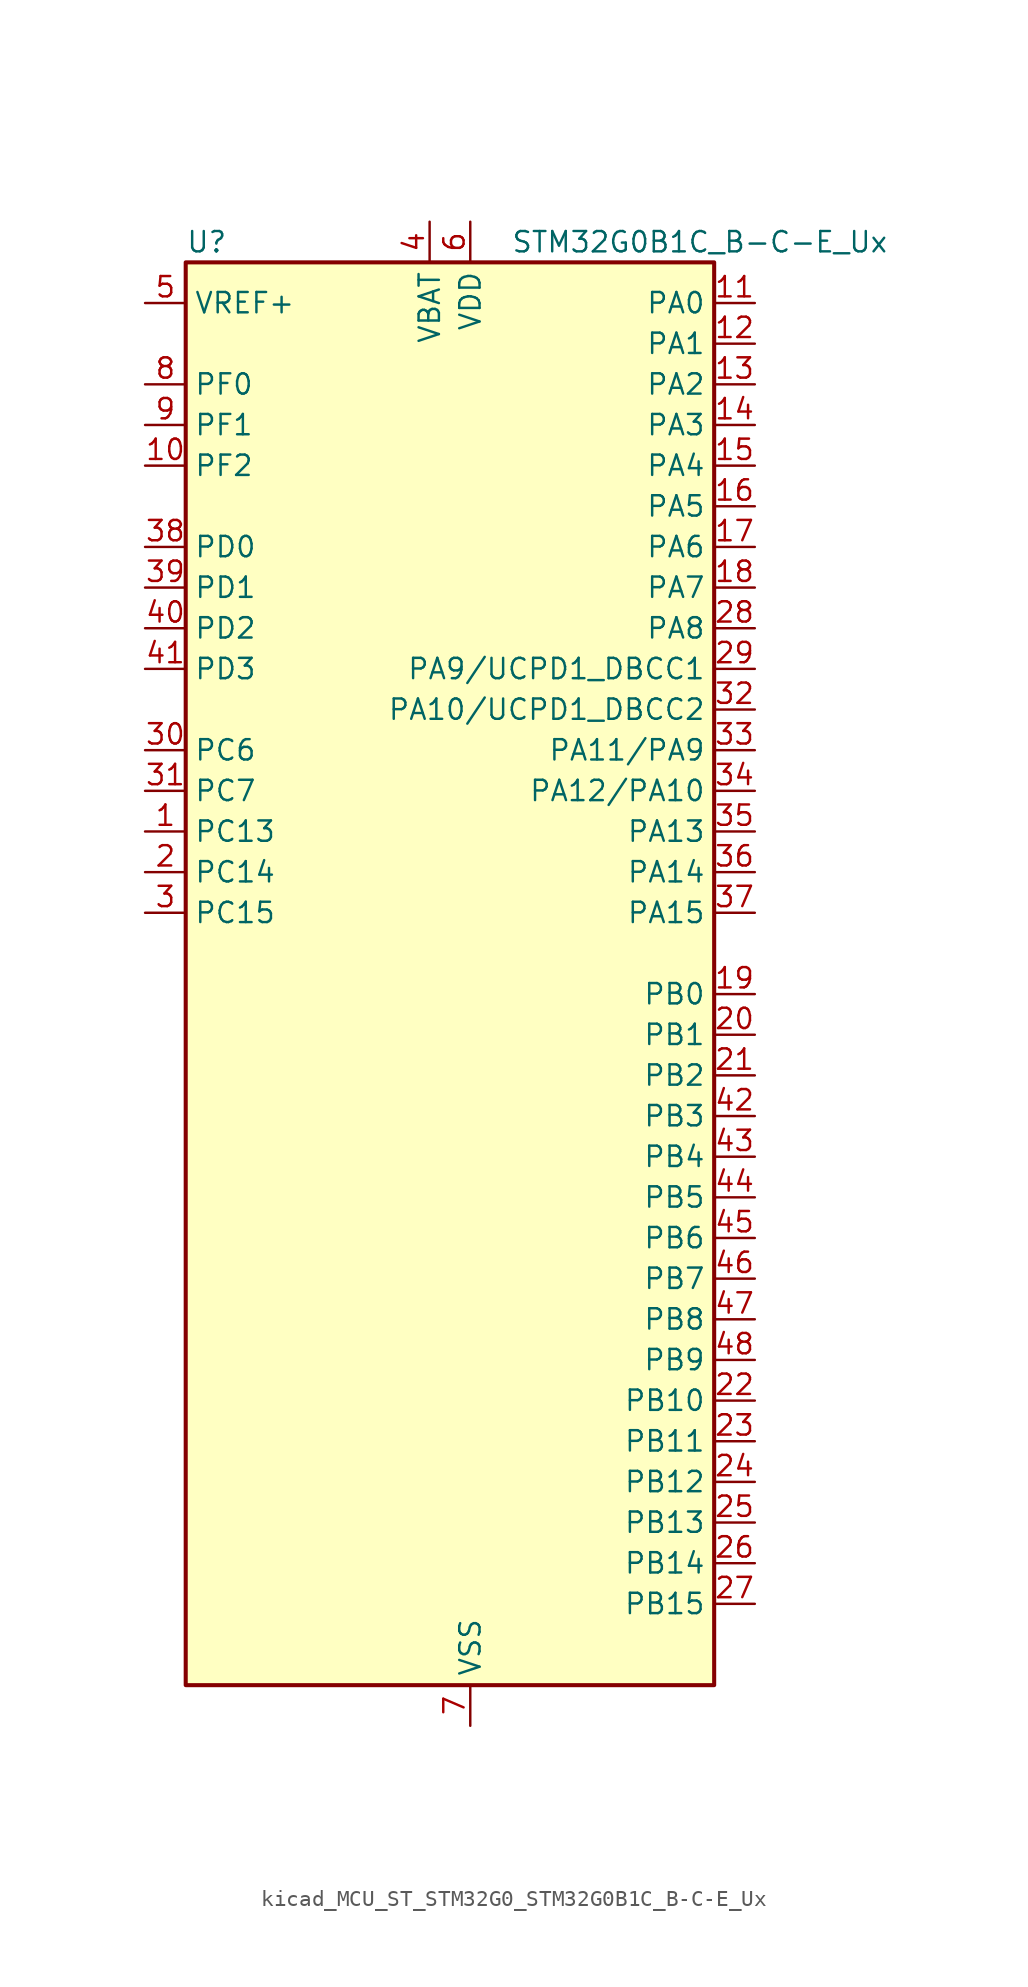
<source format=kicad_sym>
(kicad_symbol_lib
  (version 20220914)
  (generator kicad_symbol_editor)
  (symbol "kicad_MCU_ST_STM32G0_STM32G0B1C_B-C-E_Ux"
    (property "Reference" "U"
      (at -15.24 46.99 0)
      (effects (font (size 1.27 1.27)) (justify left)))
    (property "Value" "STM32G0B1C_B-C-E_Ux"
      (at 5.08 46.99 0)
      (effects (font (size 1.27 1.27)) (justify left)))
    (property "ki_locked" ""
      (at 0 0 0)
      (effects (font (size 1.27 1.27))))
    (symbol "kicad_MCU_ST_STM32G0_STM32G0B1C_B-C-E_Ux_0_1"
      (rectangle (start -15.24 -43.18) (end 17.78 45.72) (stroke (width 0.254) (type default)) (fill (type background))))
    (symbol "kicad_MCU_ST_STM32G0_STM32G0B1C_B-C-E_Ux_1_1"
      (pin bidirectional line (at -17.78 10.16 0) (length 2.54) (name "PC13" (effects (font (size 1.27 1.27)))) (number "1" (effects (font (size 1.27 1.27)))) (alternate "RTC_OUT1" bidirectional line) (alternate "RTC_TAMP_IN1" bidirectional line) (alternate "RTC_TS" bidirectional line) (alternate "SYS_WKUP2" bidirectional line) (alternate "TIM1_BK" bidirectional line))
      (pin bidirectional line (at -17.78 33.02 0) (length 2.54) (name "PF2" (effects (font (size 1.27 1.27)))) (number "10" (effects (font (size 1.27 1.27)))) (alternate "LPUART2_DE" bidirectional line) (alternate "LPUART2_RTS" bidirectional line) (alternate "LPUART2_TX" bidirectional line) (alternate "RCC_MCO" bidirectional line))
      (pin bidirectional line (at 20.32 43.18 180) (length 2.54) (name "PA0" (effects (font (size 1.27 1.27)))) (number "11" (effects (font (size 1.27 1.27)))) (alternate "ADC1_IN0" bidirectional line) (alternate "COMP1_INM" bidirectional line) (alternate "COMP1_OUT" bidirectional line) (alternate "I2S2_CK" bidirectional line) (alternate "LPTIM1_OUT" bidirectional line) (alternate "RTC_TAMP_IN2" bidirectional line) (alternate "SPI2_SCK" bidirectional line) (alternate "SYS_WKUP1" bidirectional line) (alternate "TIM2_CH1" bidirectional line) (alternate "TIM2_ETR" bidirectional line) (alternate "UCPD2_FRSTX1" bidirectional line) (alternate "UCPD2_FRSTX2" bidirectional line) (alternate "USART2_CTS" bidirectional line) (alternate "USART2_NSS" bidirectional line) (alternate "USART4_TX" bidirectional line))
      (pin bidirectional line (at 20.32 40.64 180) (length 2.54) (name "PA1" (effects (font (size 1.27 1.27)))) (number "12" (effects (font (size 1.27 1.27)))) (alternate "ADC1_IN1" bidirectional line) (alternate "COMP1_INP" bidirectional line) (alternate "I2C1_SMBA" bidirectional line) (alternate "I2S1_CK" bidirectional line) (alternate "SPI1_SCK" bidirectional line) (alternate "TIM15_CH1N" bidirectional line) (alternate "TIM2_CH2" bidirectional line) (alternate "USART2_CK" bidirectional line) (alternate "USART2_DE" bidirectional line) (alternate "USART2_RTS" bidirectional line) (alternate "USART4_RX" bidirectional line))
      (pin bidirectional line (at 20.32 38.1 180) (length 2.54) (name "PA2" (effects (font (size 1.27 1.27)))) (number "13" (effects (font (size 1.27 1.27)))) (alternate "ADC1_IN2" bidirectional line) (alternate "COMP2_INM" bidirectional line) (alternate "COMP2_OUT" bidirectional line) (alternate "I2S1_SD" bidirectional line) (alternate "LPUART1_TX" bidirectional line) (alternate "RCC_LSCO" bidirectional line) (alternate "SPI1_MOSI" bidirectional line) (alternate "SYS_WKUP4" bidirectional line) (alternate "TIM15_CH1" bidirectional line) (alternate "TIM2_CH3" bidirectional line) (alternate "UCPD1_FRSTX1" bidirectional line) (alternate "UCPD1_FRSTX2" bidirectional line) (alternate "USART2_TX" bidirectional line))
      (pin bidirectional line (at 20.32 35.56 180) (length 2.54) (name "PA3" (effects (font (size 1.27 1.27)))) (number "14" (effects (font (size 1.27 1.27)))) (alternate "ADC1_IN3" bidirectional line) (alternate "COMP2_INP" bidirectional line) (alternate "I2S2_MCK" bidirectional line) (alternate "LPUART1_RX" bidirectional line) (alternate "SPI2_MISO" bidirectional line) (alternate "TIM15_CH2" bidirectional line) (alternate "TIM2_CH4" bidirectional line) (alternate "UCPD2_FRSTX1" bidirectional line) (alternate "UCPD2_FRSTX2" bidirectional line) (alternate "USART2_RX" bidirectional line))
      (pin bidirectional line (at 20.32 33.02 180) (length 2.54) (name "PA4" (effects (font (size 1.27 1.27)))) (number "15" (effects (font (size 1.27 1.27)))) (alternate "ADC1_IN4" bidirectional line) (alternate "DAC1_OUT1" bidirectional line) (alternate "I2S1_WS" bidirectional line) (alternate "I2S2_SD" bidirectional line) (alternate "LPTIM2_OUT" bidirectional line) (alternate "RTC_OUT2" bidirectional line) (alternate "SPI1_NSS" bidirectional line) (alternate "SPI2_MOSI" bidirectional line) (alternate "SPI3_NSS" bidirectional line) (alternate "TIM14_CH1" bidirectional line) (alternate "UCPD2_FRSTX1" bidirectional line) (alternate "UCPD2_FRSTX2" bidirectional line) (alternate "USART6_TX" bidirectional line) (alternate "USB_NOE" bidirectional line))
      (pin bidirectional line (at 20.32 30.48 180) (length 2.54) (name "PA5" (effects (font (size 1.27 1.27)))) (number "16" (effects (font (size 1.27 1.27)))) (alternate "ADC1_IN5" bidirectional line) (alternate "CEC" bidirectional line) (alternate "DAC1_OUT2" bidirectional line) (alternate "I2S1_CK" bidirectional line) (alternate "LPTIM2_ETR" bidirectional line) (alternate "SPI1_SCK" bidirectional line) (alternate "TIM2_CH1" bidirectional line) (alternate "TIM2_ETR" bidirectional line) (alternate "UCPD1_FRSTX1" bidirectional line) (alternate "UCPD1_FRSTX2" bidirectional line) (alternate "USART3_TX" bidirectional line) (alternate "USART6_RX" bidirectional line))
      (pin bidirectional line (at 20.32 27.94 180) (length 2.54) (name "PA6" (effects (font (size 1.27 1.27)))) (number "17" (effects (font (size 1.27 1.27)))) (alternate "ADC1_IN6" bidirectional line) (alternate "COMP1_OUT" bidirectional line) (alternate "I2C2_SDA" bidirectional line) (alternate "I2C3_SDA" bidirectional line) (alternate "I2S1_MCK" bidirectional line) (alternate "LPUART1_CTS" bidirectional line) (alternate "SPI1_MISO" bidirectional line) (alternate "TIM16_CH1" bidirectional line) (alternate "TIM1_BK" bidirectional line) (alternate "TIM3_CH1" bidirectional line) (alternate "USART3_CTS" bidirectional line) (alternate "USART3_NSS" bidirectional line) (alternate "USART6_CTS" bidirectional line) (alternate "USART6_NSS" bidirectional line))
      (pin bidirectional line (at 20.32 25.4 180) (length 2.54) (name "PA7" (effects (font (size 1.27 1.27)))) (number "18" (effects (font (size 1.27 1.27)))) (alternate "ADC1_IN7" bidirectional line) (alternate "COMP2_OUT" bidirectional line) (alternate "I2C2_SCL" bidirectional line) (alternate "I2C3_SCL" bidirectional line) (alternate "I2S1_SD" bidirectional line) (alternate "SPI1_MOSI" bidirectional line) (alternate "TIM14_CH1" bidirectional line) (alternate "TIM17_CH1" bidirectional line) (alternate "TIM1_CH1N" bidirectional line) (alternate "TIM3_CH2" bidirectional line) (alternate "UCPD1_FRSTX1" bidirectional line) (alternate "UCPD1_FRSTX2" bidirectional line) (alternate "USART6_CK" bidirectional line) (alternate "USART6_DE" bidirectional line) (alternate "USART6_RTS" bidirectional line))
      (pin bidirectional line (at 20.32 0 180) (length 2.54) (name "PB0" (effects (font (size 1.27 1.27)))) (number "19" (effects (font (size 1.27 1.27)))) (alternate "ADC1_IN8" bidirectional line) (alternate "COMP1_OUT" bidirectional line) (alternate "COMP3_INP" bidirectional line) (alternate "FDCAN2_RX" bidirectional line) (alternate "I2S1_WS" bidirectional line) (alternate "LPTIM1_OUT" bidirectional line) (alternate "LPUART2_CTS" bidirectional line) (alternate "SPI1_NSS" bidirectional line) (alternate "TIM1_CH2N" bidirectional line) (alternate "TIM3_CH3" bidirectional line) (alternate "UCPD1_FRSTX1" bidirectional line) (alternate "UCPD1_FRSTX2" bidirectional line) (alternate "USART3_RX" bidirectional line) (alternate "USART5_TX" bidirectional line))
      (pin bidirectional line (at -17.78 7.62 0) (length 2.54) (name "PC14" (effects (font (size 1.27 1.27)))) (number "2" (effects (font (size 1.27 1.27)))) (alternate "RCC_OSC32_IN" bidirectional line) (alternate "TIM1_BK2" bidirectional line))
      (pin bidirectional line (at 20.32 -2.54 180) (length 2.54) (name "PB1" (effects (font (size 1.27 1.27)))) (number "20" (effects (font (size 1.27 1.27)))) (alternate "ADC1_IN9" bidirectional line) (alternate "COMP1_INM" bidirectional line) (alternate "COMP3_OUT" bidirectional line) (alternate "FDCAN2_TX" bidirectional line) (alternate "LPTIM2_IN1" bidirectional line) (alternate "LPUART1_DE" bidirectional line) (alternate "LPUART1_RTS" bidirectional line) (alternate "LPUART2_DE" bidirectional line) (alternate "LPUART2_RTS" bidirectional line) (alternate "TIM14_CH1" bidirectional line) (alternate "TIM1_CH3N" bidirectional line) (alternate "TIM3_CH4" bidirectional line) (alternate "USART3_CK" bidirectional line) (alternate "USART3_DE" bidirectional line) (alternate "USART3_RTS" bidirectional line) (alternate "USART5_RX" bidirectional line))
      (pin bidirectional line (at 20.32 -5.08 180) (length 2.54) (name "PB2" (effects (font (size 1.27 1.27)))) (number "21" (effects (font (size 1.27 1.27)))) (alternate "ADC1_IN10" bidirectional line) (alternate "COMP1_INP" bidirectional line) (alternate "COMP3_INM" bidirectional line) (alternate "I2S2_MCK" bidirectional line) (alternate "LPTIM1_OUT" bidirectional line) (alternate "RCC_MCO_2" bidirectional line) (alternate "SPI2_MISO" bidirectional line) (alternate "USART3_TX" bidirectional line))
      (pin bidirectional line (at 20.32 -25.4 180) (length 2.54) (name "PB10" (effects (font (size 1.27 1.27)))) (number "22" (effects (font (size 1.27 1.27)))) (alternate "ADC1_IN11" bidirectional line) (alternate "CEC" bidirectional line) (alternate "COMP1_OUT" bidirectional line) (alternate "I2C2_SCL" bidirectional line) (alternate "I2S2_CK" bidirectional line) (alternate "LPUART1_RX" bidirectional line) (alternate "SPI2_SCK" bidirectional line) (alternate "TIM2_CH3" bidirectional line) (alternate "USART3_TX" bidirectional line))
      (pin bidirectional line (at 20.32 -27.94 180) (length 2.54) (name "PB11" (effects (font (size 1.27 1.27)))) (number "23" (effects (font (size 1.27 1.27)))) (alternate "ADC1_EXTI11" bidirectional line) (alternate "ADC1_IN15" bidirectional line) (alternate "COMP2_OUT" bidirectional line) (alternate "I2C2_SDA" bidirectional line) (alternate "I2S2_SD" bidirectional line) (alternate "LPUART1_TX" bidirectional line) (alternate "SPI2_MOSI" bidirectional line) (alternate "TIM2_CH4" bidirectional line) (alternate "USART3_RX" bidirectional line))
      (pin bidirectional line (at 20.32 -30.48 180) (length 2.54) (name "PB12" (effects (font (size 1.27 1.27)))) (number "24" (effects (font (size 1.27 1.27)))) (alternate "ADC1_IN16" bidirectional line) (alternate "FDCAN2_RX" bidirectional line) (alternate "I2C2_SMBA" bidirectional line) (alternate "I2S2_WS" bidirectional line) (alternate "LPUART1_DE" bidirectional line) (alternate "LPUART1_RTS" bidirectional line) (alternate "SPI2_NSS" bidirectional line) (alternate "TIM15_BK" bidirectional line) (alternate "TIM1_BK" bidirectional line) (alternate "UCPD2_FRSTX1" bidirectional line) (alternate "UCPD2_FRSTX2" bidirectional line))
      (pin bidirectional line (at 20.32 -33.02 180) (length 2.54) (name "PB13" (effects (font (size 1.27 1.27)))) (number "25" (effects (font (size 1.27 1.27)))) (alternate "FDCAN2_TX" bidirectional line) (alternate "I2C2_SCL" bidirectional line) (alternate "I2S2_CK" bidirectional line) (alternate "LPUART1_CTS" bidirectional line) (alternate "SPI2_SCK" bidirectional line) (alternate "TIM15_CH1N" bidirectional line) (alternate "TIM1_CH1N" bidirectional line) (alternate "USART3_CTS" bidirectional line) (alternate "USART3_NSS" bidirectional line))
      (pin bidirectional line (at 20.32 -35.56 180) (length 2.54) (name "PB14" (effects (font (size 1.27 1.27)))) (number "26" (effects (font (size 1.27 1.27)))) (alternate "I2C2_SDA" bidirectional line) (alternate "I2S2_MCK" bidirectional line) (alternate "SPI2_MISO" bidirectional line) (alternate "TIM15_CH1" bidirectional line) (alternate "TIM1_CH2N" bidirectional line) (alternate "UCPD1_FRSTX1" bidirectional line) (alternate "UCPD1_FRSTX2" bidirectional line) (alternate "USART3_CK" bidirectional line) (alternate "USART3_DE" bidirectional line) (alternate "USART3_RTS" bidirectional line) (alternate "USART6_CK" bidirectional line) (alternate "USART6_DE" bidirectional line) (alternate "USART6_RTS" bidirectional line))
      (pin bidirectional line (at 20.32 -38.1 180) (length 2.54) (name "PB15" (effects (font (size 1.27 1.27)))) (number "27" (effects (font (size 1.27 1.27)))) (alternate "I2S2_SD" bidirectional line) (alternate "RTC_REFIN" bidirectional line) (alternate "SPI2_MOSI" bidirectional line) (alternate "TIM15_CH1N" bidirectional line) (alternate "TIM15_CH2" bidirectional line) (alternate "TIM1_CH3N" bidirectional line) (alternate "UCPD1_CC2" bidirectional line) (alternate "USART6_CTS" bidirectional line) (alternate "USART6_NSS" bidirectional line))
      (pin bidirectional line (at 20.32 22.86 180) (length 2.54) (name "PA8" (effects (font (size 1.27 1.27)))) (number "28" (effects (font (size 1.27 1.27)))) (alternate "CRS1_SYNC" bidirectional line) (alternate "I2C2_SMBA" bidirectional line) (alternate "I2S2_WS" bidirectional line) (alternate "LPTIM2_OUT" bidirectional line) (alternate "RCC_MCO" bidirectional line) (alternate "SPI2_NSS" bidirectional line) (alternate "TIM1_CH1" bidirectional line) (alternate "UCPD1_CC1" bidirectional line))
      (pin bidirectional line (at 20.32 20.32 180) (length 2.54) (name "PA9/UCPD1_DBCC1" (effects (font (size 1.27 1.27)))) (number "29" (effects (font (size 1.27 1.27)))) (alternate "DAC1_EXTI9" bidirectional line) (alternate "I2C1_SCL" bidirectional line) (alternate "I2C2_SCL" bidirectional line) (alternate "I2S2_MCK" bidirectional line) (alternate "RCC_MCO" bidirectional line) (alternate "SPI2_MISO" bidirectional line) (alternate "TIM15_BK" bidirectional line) (alternate "TIM1_CH2" bidirectional line) (alternate "UCPD1_DBCC1" bidirectional line) (alternate "USART1_TX" bidirectional line))
      (pin bidirectional line (at -17.78 5.08 0) (length 2.54) (name "PC15" (effects (font (size 1.27 1.27)))) (number "3" (effects (font (size 1.27 1.27)))) (alternate "RCC_OSC32_EN" bidirectional line) (alternate "RCC_OSC32_OUT" bidirectional line) (alternate "RCC_OSC_EN" bidirectional line) (alternate "TIM15_BK" bidirectional line))
      (pin bidirectional line (at -17.78 15.24 0) (length 2.54) (name "PC6" (effects (font (size 1.27 1.27)))) (number "30" (effects (font (size 1.27 1.27)))) (alternate "LPUART2_TX" bidirectional line) (alternate "TIM2_CH3" bidirectional line) (alternate "TIM3_CH1" bidirectional line) (alternate "UCPD1_FRSTX1" bidirectional line) (alternate "UCPD1_FRSTX2" bidirectional line))
      (pin bidirectional line (at -17.78 12.7 0) (length 2.54) (name "PC7" (effects (font (size 1.27 1.27)))) (number "31" (effects (font (size 1.27 1.27)))) (alternate "LPUART2_RX" bidirectional line) (alternate "TIM2_CH4" bidirectional line) (alternate "TIM3_CH2" bidirectional line) (alternate "UCPD2_FRSTX1" bidirectional line) (alternate "UCPD2_FRSTX2" bidirectional line))
      (pin bidirectional line (at 20.32 17.78 180) (length 2.54) (name "PA10/UCPD1_DBCC2" (effects (font (size 1.27 1.27)))) (number "32" (effects (font (size 1.27 1.27)))) (alternate "I2C1_SDA" bidirectional line) (alternate "I2C2_SDA" bidirectional line) (alternate "I2S2_SD" bidirectional line) (alternate "RCC_MCO_2" bidirectional line) (alternate "SPI2_MOSI" bidirectional line) (alternate "TIM17_BK" bidirectional line) (alternate "TIM1_CH3" bidirectional line) (alternate "UCPD1_DBCC2" bidirectional line) (alternate "USART1_RX" bidirectional line))
      (pin bidirectional line (at 20.32 15.24 180) (length 2.54) (name "PA11/PA9" (effects (font (size 1.27 1.27)))) (number "33" (effects (font (size 1.27 1.27)))) (alternate "ADC1_EXTI11" bidirectional line) (alternate "COMP1_OUT" bidirectional line) (alternate "FDCAN1_RX" bidirectional line) (alternate "I2C2_SCL" bidirectional line) (alternate "I2S1_MCK" bidirectional line) (alternate "SPI1_MISO" bidirectional line) (alternate "TIM1_BK2" bidirectional line) (alternate "TIM1_CH4" bidirectional line) (alternate "USART1_CTS" bidirectional line) (alternate "USART1_NSS" bidirectional line) (alternate "USB_DM" bidirectional line))
      (pin bidirectional line (at 20.32 12.7 180) (length 2.54) (name "PA12/PA10" (effects (font (size 1.27 1.27)))) (number "34" (effects (font (size 1.27 1.27)))) (alternate "COMP2_OUT" bidirectional line) (alternate "FDCAN1_TX" bidirectional line) (alternate "I2C2_SDA" bidirectional line) (alternate "I2S1_SD" bidirectional line) (alternate "I2S_CKIN" bidirectional line) (alternate "SPI1_MOSI" bidirectional line) (alternate "TIM1_ETR" bidirectional line) (alternate "USART1_CK" bidirectional line) (alternate "USART1_DE" bidirectional line) (alternate "USART1_RTS" bidirectional line) (alternate "USB_DP" bidirectional line))
      (pin bidirectional line (at 20.32 10.16 180) (length 2.54) (name "PA13" (effects (font (size 1.27 1.27)))) (number "35" (effects (font (size 1.27 1.27)))) (alternate "IR_OUT" bidirectional line) (alternate "LPUART2_RX" bidirectional line) (alternate "SYS_SWDIO" bidirectional line) (alternate "USB_NOE" bidirectional line))
      (pin bidirectional line (at 20.32 7.62 180) (length 2.54) (name "PA14" (effects (font (size 1.27 1.27)))) (number "36" (effects (font (size 1.27 1.27)))) (alternate "LPUART2_TX" bidirectional line) (alternate "SYS_SWCLK" bidirectional line) (alternate "USART2_TX" bidirectional line))
      (pin bidirectional line (at 20.32 5.08 180) (length 2.54) (name "PA15" (effects (font (size 1.27 1.27)))) (number "37" (effects (font (size 1.27 1.27)))) (alternate "I2C2_SMBA" bidirectional line) (alternate "I2S1_WS" bidirectional line) (alternate "RCC_MCO_2" bidirectional line) (alternate "SPI1_NSS" bidirectional line) (alternate "SPI3_NSS" bidirectional line) (alternate "TIM2_CH1" bidirectional line) (alternate "TIM2_ETR" bidirectional line) (alternate "USART2_RX" bidirectional line) (alternate "USART3_CK" bidirectional line) (alternate "USART3_DE" bidirectional line) (alternate "USART3_RTS" bidirectional line) (alternate "USART4_CK" bidirectional line) (alternate "USART4_DE" bidirectional line) (alternate "USART4_RTS" bidirectional line) (alternate "USB_NOE" bidirectional line))
      (pin bidirectional line (at -17.78 27.94 0) (length 2.54) (name "PD0" (effects (font (size 1.27 1.27)))) (number "38" (effects (font (size 1.27 1.27)))) (alternate "FDCAN1_RX" bidirectional line) (alternate "I2S2_WS" bidirectional line) (alternate "SPI2_NSS" bidirectional line) (alternate "TIM16_CH1" bidirectional line) (alternate "UCPD2_CC1" bidirectional line))
      (pin bidirectional line (at -17.78 25.4 0) (length 2.54) (name "PD1" (effects (font (size 1.27 1.27)))) (number "39" (effects (font (size 1.27 1.27)))) (alternate "FDCAN1_TX" bidirectional line) (alternate "I2S2_CK" bidirectional line) (alternate "SPI2_SCK" bidirectional line) (alternate "TIM17_CH1" bidirectional line) (alternate "UCPD2_DBCC1" bidirectional line))
      (pin power_in line (at 0 48.26 270) (length 2.54) (name "VBAT" (effects (font (size 1.27 1.27)))) (number "4" (effects (font (size 1.27 1.27)))))
      (pin bidirectional line (at -17.78 22.86 0) (length 2.54) (name "PD2" (effects (font (size 1.27 1.27)))) (number "40" (effects (font (size 1.27 1.27)))) (alternate "TIM1_CH1N" bidirectional line) (alternate "TIM3_ETR" bidirectional line) (alternate "UCPD2_CC2" bidirectional line) (alternate "USART3_CK" bidirectional line) (alternate "USART3_DE" bidirectional line) (alternate "USART3_RTS" bidirectional line) (alternate "USART5_RX" bidirectional line))
      (pin bidirectional line (at -17.78 20.32 0) (length 2.54) (name "PD3" (effects (font (size 1.27 1.27)))) (number "41" (effects (font (size 1.27 1.27)))) (alternate "I2S2_MCK" bidirectional line) (alternate "SPI2_MISO" bidirectional line) (alternate "TIM1_CH2N" bidirectional line) (alternate "UCPD2_DBCC2" bidirectional line) (alternate "USART2_CTS" bidirectional line) (alternate "USART2_NSS" bidirectional line) (alternate "USART5_TX" bidirectional line))
      (pin bidirectional line (at 20.32 -7.62 180) (length 2.54) (name "PB3" (effects (font (size 1.27 1.27)))) (number "42" (effects (font (size 1.27 1.27)))) (alternate "COMP2_INM" bidirectional line) (alternate "I2C2_SCL" bidirectional line) (alternate "I2C3_SCL" bidirectional line) (alternate "I2S1_CK" bidirectional line) (alternate "SPI1_SCK" bidirectional line) (alternate "SPI3_SCK" bidirectional line) (alternate "TIM1_CH2" bidirectional line) (alternate "TIM2_CH2" bidirectional line) (alternate "USART1_CK" bidirectional line) (alternate "USART1_DE" bidirectional line) (alternate "USART1_RTS" bidirectional line) (alternate "USART5_TX" bidirectional line))
      (pin bidirectional line (at 20.32 -10.16 180) (length 2.54) (name "PB4" (effects (font (size 1.27 1.27)))) (number "43" (effects (font (size 1.27 1.27)))) (alternate "COMP2_INP" bidirectional line) (alternate "I2C2_SDA" bidirectional line) (alternate "I2C3_SDA" bidirectional line) (alternate "I2S1_MCK" bidirectional line) (alternate "SPI1_MISO" bidirectional line) (alternate "SPI3_MISO" bidirectional line) (alternate "TIM17_BK" bidirectional line) (alternate "TIM3_CH1" bidirectional line) (alternate "USART1_CTS" bidirectional line) (alternate "USART1_NSS" bidirectional line) (alternate "USART5_RX" bidirectional line))
      (pin bidirectional line (at 20.32 -12.7 180) (length 2.54) (name "PB5" (effects (font (size 1.27 1.27)))) (number "44" (effects (font (size 1.27 1.27)))) (alternate "COMP2_OUT" bidirectional line) (alternate "FDCAN2_RX" bidirectional line) (alternate "I2C1_SMBA" bidirectional line) (alternate "I2S1_SD" bidirectional line) (alternate "LPTIM1_IN1" bidirectional line) (alternate "SPI1_MOSI" bidirectional line) (alternate "SPI3_MOSI" bidirectional line) (alternate "SYS_WKUP6" bidirectional line) (alternate "TIM16_BK" bidirectional line) (alternate "TIM3_CH2" bidirectional line) (alternate "USART5_CK" bidirectional line) (alternate "USART5_DE" bidirectional line) (alternate "USART5_RTS" bidirectional line))
      (pin bidirectional line (at 20.32 -15.24 180) (length 2.54) (name "PB6" (effects (font (size 1.27 1.27)))) (number "45" (effects (font (size 1.27 1.27)))) (alternate "COMP2_INP" bidirectional line) (alternate "FDCAN2_TX" bidirectional line) (alternate "I2C1_SCL" bidirectional line) (alternate "I2S2_MCK" bidirectional line) (alternate "LPTIM1_ETR" bidirectional line) (alternate "LPUART2_TX" bidirectional line) (alternate "SPI2_MISO" bidirectional line) (alternate "TIM16_CH1N" bidirectional line) (alternate "TIM1_CH3" bidirectional line) (alternate "TIM4_CH1" bidirectional line) (alternate "USART1_TX" bidirectional line) (alternate "USART5_CTS" bidirectional line) (alternate "USART5_NSS" bidirectional line))
      (pin bidirectional line (at 20.32 -17.78 180) (length 2.54) (name "PB7" (effects (font (size 1.27 1.27)))) (number "46" (effects (font (size 1.27 1.27)))) (alternate "COMP2_INM" bidirectional line) (alternate "I2C1_SDA" bidirectional line) (alternate "I2S2_SD" bidirectional line) (alternate "LPTIM1_IN2" bidirectional line) (alternate "LPUART2_RX" bidirectional line) (alternate "SPI2_MOSI" bidirectional line) (alternate "SYS_PVD_IN" bidirectional line) (alternate "TIM17_CH1N" bidirectional line) (alternate "TIM4_CH2" bidirectional line) (alternate "USART1_RX" bidirectional line) (alternate "USART4_CTS" bidirectional line) (alternate "USART4_NSS" bidirectional line))
      (pin bidirectional line (at 20.32 -20.32 180) (length 2.54) (name "PB8" (effects (font (size 1.27 1.27)))) (number "47" (effects (font (size 1.27 1.27)))) (alternate "CEC" bidirectional line) (alternate "FDCAN1_RX" bidirectional line) (alternate "I2C1_SCL" bidirectional line) (alternate "I2S2_CK" bidirectional line) (alternate "SPI2_SCK" bidirectional line) (alternate "TIM15_BK" bidirectional line) (alternate "TIM16_CH1" bidirectional line) (alternate "TIM4_CH3" bidirectional line) (alternate "USART3_TX" bidirectional line) (alternate "USART6_TX" bidirectional line))
      (pin bidirectional line (at 20.32 -22.86 180) (length 2.54) (name "PB9" (effects (font (size 1.27 1.27)))) (number "48" (effects (font (size 1.27 1.27)))) (alternate "DAC1_EXTI9" bidirectional line) (alternate "FDCAN1_TX" bidirectional line) (alternate "I2C1_SDA" bidirectional line) (alternate "I2S2_WS" bidirectional line) (alternate "IR_OUT" bidirectional line) (alternate "SPI2_NSS" bidirectional line) (alternate "TIM17_CH1" bidirectional line) (alternate "TIM4_CH4" bidirectional line) (alternate "UCPD2_FRSTX1" bidirectional line) (alternate "UCPD2_FRSTX2" bidirectional line) (alternate "USART3_RX" bidirectional line) (alternate "USART6_RX" bidirectional line))
      (pin passive line (at 2.54 -45.72 90) (length 2.54) hide (name "VSS" (effects (font (size 1.27 1.27)))) (number "49" (effects (font (size 1.27 1.27)))))
      (pin input line (at -17.78 43.18 0) (length 2.54) (name "VREF+" (effects (font (size 1.27 1.27)))) (number "5" (effects (font (size 1.27 1.27)))) (alternate "VREFBUF_OUT" bidirectional line))
      (pin power_in line (at 2.54 48.26 270) (length 2.54) (name "VDD" (effects (font (size 1.27 1.27)))) (number "6" (effects (font (size 1.27 1.27)))))
      (pin power_in line (at 2.54 -45.72 90) (length 2.54) (name "VSS" (effects (font (size 1.27 1.27)))) (number "7" (effects (font (size 1.27 1.27)))))
      (pin bidirectional line (at -17.78 38.1 0) (length 2.54) (name "PF0" (effects (font (size 1.27 1.27)))) (number "8" (effects (font (size 1.27 1.27)))) (alternate "CRS1_SYNC" bidirectional line) (alternate "RCC_OSC_IN" bidirectional line) (alternate "TIM14_CH1" bidirectional line))
      (pin bidirectional line (at -17.78 35.56 0) (length 2.54) (name "PF1" (effects (font (size 1.27 1.27)))) (number "9" (effects (font (size 1.27 1.27)))) (alternate "RCC_OSC_EN" bidirectional line) (alternate "RCC_OSC_OUT" bidirectional line) (alternate "TIM15_CH1N" bidirectional line)))))
</source>
